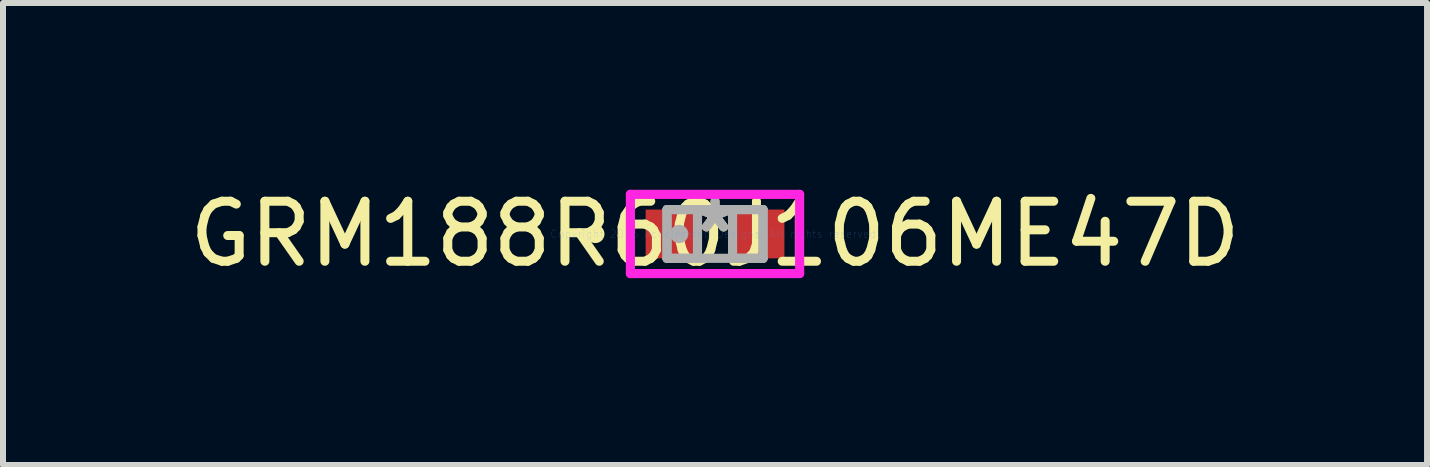
<source format=kicad_pcb>
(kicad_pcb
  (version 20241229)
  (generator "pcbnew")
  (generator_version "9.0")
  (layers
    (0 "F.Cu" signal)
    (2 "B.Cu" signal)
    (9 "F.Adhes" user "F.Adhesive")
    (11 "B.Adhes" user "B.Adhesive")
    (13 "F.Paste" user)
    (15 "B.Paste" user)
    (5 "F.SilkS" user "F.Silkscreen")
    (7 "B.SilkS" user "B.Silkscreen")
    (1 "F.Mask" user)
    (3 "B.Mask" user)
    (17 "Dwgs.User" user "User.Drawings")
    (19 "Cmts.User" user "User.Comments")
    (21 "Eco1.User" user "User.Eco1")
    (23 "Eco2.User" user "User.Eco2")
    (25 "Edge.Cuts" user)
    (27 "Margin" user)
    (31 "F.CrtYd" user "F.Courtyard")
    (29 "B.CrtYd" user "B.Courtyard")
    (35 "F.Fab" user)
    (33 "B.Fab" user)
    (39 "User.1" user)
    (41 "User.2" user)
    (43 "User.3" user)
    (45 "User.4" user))
  (footprint "GRM188R60J106ME47D"
    (layer "F.Cu")
    (at 8.863 0.848)
    (property "Reference" "GRM188R60J106ME47D" (at 0 0 0) (layer "F.SilkS") (effects (font (size 1 1) (thickness 0.15))))
    (attr through_hole)
    (fp_circle (center -1.994 0) (end -1.918 0) (stroke (width 0.152) (type solid)) (fill no) (layer "F.SilkS"))
    (fp_line (start -1.41 -0.66) (end 1.41 -0.66) (stroke (width 0.152) (type solid)) (layer "F.CrtYd"))
    (fp_line (start -1.41 0.66) (end -1.41 -0.66) (stroke (width 0.152) (type solid)) (layer "F.CrtYd"))
    (fp_line (start 1.41 -0.66) (end 1.41 0.66) (stroke (width 0.152) (type solid)) (layer "F.CrtYd"))
    (fp_line (start 1.41 0.66) (end -1.41 0.66) (stroke (width 0.152) (type solid)) (layer "F.CrtYd"))
    (fp_line (start -0.8 -0.406) (end -0.8 0.406) (stroke (width 0.152) (type solid)) (layer "F.Fab"))
    (fp_line (start -0.8 -0.406) (end -0.8 0.406) (stroke (width 0.152) (type solid)) (layer "F.Fab"))
    (fp_line (start -0.8 0.406) (end -0.292 0.406) (stroke (width 0.152) (type solid)) (layer "F.Fab"))
    (fp_line (start -0.8 0.406) (end 0.8 0.406) (stroke (width 0.152) (type solid)) (layer "F.Fab"))
    (fp_line (start -0.292 -0.406) (end -0.8 -0.406) (stroke (width 0.152) (type solid)) (layer "F.Fab"))
    (fp_line (start -0.292 0.406) (end -0.292 -0.406) (stroke (width 0.152) (type solid)) (layer "F.Fab"))
    (fp_line (start 0.292 -0.406) (end 0.292 0.406) (stroke (width 0.152) (type solid)) (layer "F.Fab"))
    (fp_line (start 0.292 0.406) (end 0.8 0.406) (stroke (width 0.152) (type solid)) (layer "F.Fab"))
    (fp_line (start 0.8 -0.406) (end -0.8 -0.406) (stroke (width 0.152) (type solid)) (layer "F.Fab"))
    (fp_line (start 0.8 -0.406) (end 0.292 -0.406) (stroke (width 0.152) (type solid)) (layer "F.Fab"))
    (fp_line (start 0.8 0.406) (end 0.8 -0.406) (stroke (width 0.152) (type solid)) (layer "F.Fab"))
    (fp_line (start 0.8 0.406) (end 0.8 -0.406) (stroke (width 0.152) (type solid)) (layer "F.Fab"))
    (fp_circle (center -0.597 0) (end -0.521 0) (stroke (width 0.152) (type solid)) (fill no) (layer "F.Fab"))
    (fp_text user "*" (at 0 0 0) (layer "F.SilkS") (effects (font (size 1 1) (thickness 0.15))))
    (fp_text user "Copyright 2016 Accelerated Designs. All rights reserved." (at 0 0 0) (layer "Cmts.User") (effects (font (size 0.127 0.127) (thickness 0.002))))
    (fp_text user "*" (at 0 0 0) (layer "F.Fab") (effects (font (size 1 1) (thickness 0.15))))
    (pad "1" smd rect (at -0.724 0) (size 0.864 0.813) (layers "F.Cu" "F.Mask" "F.Paste"))
    (pad "2" smd rect (at 0.724 0) (size 0.864 0.813) (layers "F.Cu" "F.Mask" "F.Paste")))
  (gr_rect
    (start -3 -3)
    (end 20.726 4.697)
    (stroke (width 0.1) (type default))
    (fill no)
    (layer "Edge.Cuts")))
</source>
